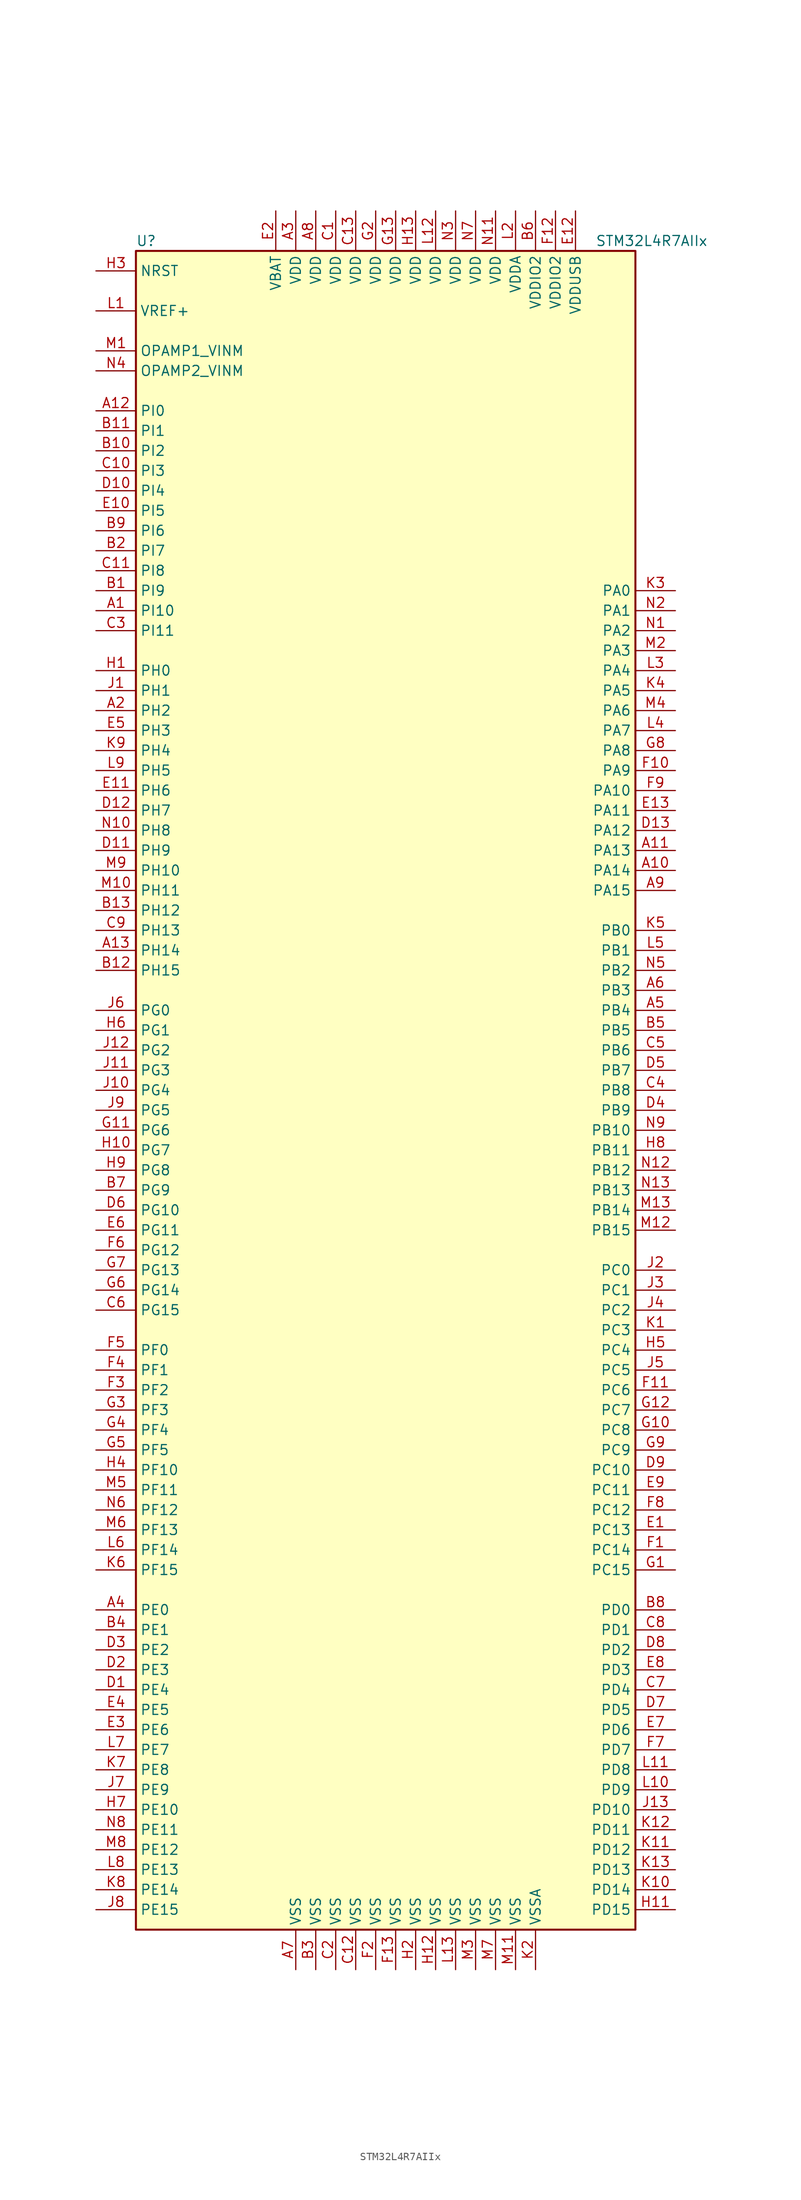
<source format=kicad_sym>
(kicad_symbol_lib
  (version 20220914)
  (generator kicad_symbol_editor)
  (symbol "STM32L4R7AIIx"
    (property "Reference" "U"
      (at -33.02 107.95 0)
      (effects (font (size 1.27 1.27)) (justify left)))
    (property "Value" "STM32L4R7AIIx"
      (at 25.4 107.95 0)
      (effects (font (size 1.27 1.27)) (justify left)))
    (symbol "STM32L4R7AIIx_0_1"
      (rectangle (start -33.02 -106.68) (end 30.48 106.68) (stroke (width 0.254) (type default)) (fill (type background))))
    (symbol "STM32L4R7AIIx_1_1"
      (pin bidirectional line (at -38.1 60.96 0) (length 5.08) (name "PI10" (effects (font (size 1.27 1.27)))) (number "A1" (effects (font (size 1.27 1.27)))))
      (pin bidirectional line (at 35.56 27.94 180) (length 5.08) (name "PA14" (effects (font (size 1.27 1.27)))) (number "A10" (effects (font (size 1.27 1.27)))))
      (pin bidirectional line (at 35.56 30.48 180) (length 5.08) (name "PA13" (effects (font (size 1.27 1.27)))) (number "A11" (effects (font (size 1.27 1.27)))))
      (pin bidirectional line (at -38.1 86.36 0) (length 5.08) (name "PI0" (effects (font (size 1.27 1.27)))) (number "A12" (effects (font (size 1.27 1.27)))))
      (pin bidirectional line (at -38.1 17.78 0) (length 5.08) (name "PH14" (effects (font (size 1.27 1.27)))) (number "A13" (effects (font (size 1.27 1.27)))))
      (pin bidirectional line (at -38.1 48.26 0) (length 5.08) (name "PH2" (effects (font (size 1.27 1.27)))) (number "A2" (effects (font (size 1.27 1.27)))))
      (pin power_in line (at -12.7 111.76 270) (length 5.08) (name "VDD" (effects (font (size 1.27 1.27)))) (number "A3" (effects (font (size 1.27 1.27)))))
      (pin bidirectional line (at -38.1 -66.04 0) (length 5.08) (name "PE0" (effects (font (size 1.27 1.27)))) (number "A4" (effects (font (size 1.27 1.27)))))
      (pin bidirectional line (at 35.56 10.16 180) (length 5.08) (name "PB4" (effects (font (size 1.27 1.27)))) (number "A5" (effects (font (size 1.27 1.27)))))
      (pin bidirectional line (at 35.56 12.7 180) (length 5.08) (name "PB3" (effects (font (size 1.27 1.27)))) (number "A6" (effects (font (size 1.27 1.27)))))
      (pin power_in line (at -12.7 -111.76 90) (length 5.08) (name "VSS" (effects (font (size 1.27 1.27)))) (number "A7" (effects (font (size 1.27 1.27)))))
      (pin power_in line (at -10.16 111.76 270) (length 5.08) (name "VDD" (effects (font (size 1.27 1.27)))) (number "A8" (effects (font (size 1.27 1.27)))))
      (pin bidirectional line (at 35.56 25.4 180) (length 5.08) (name "PA15" (effects (font (size 1.27 1.27)))) (number "A9" (effects (font (size 1.27 1.27)))))
      (pin bidirectional line (at -38.1 63.5 0) (length 5.08) (name "PI9" (effects (font (size 1.27 1.27)))) (number "B1" (effects (font (size 1.27 1.27)))))
      (pin bidirectional line (at -38.1 81.28 0) (length 5.08) (name "PI2" (effects (font (size 1.27 1.27)))) (number "B10" (effects (font (size 1.27 1.27)))))
      (pin bidirectional line (at -38.1 83.82 0) (length 5.08) (name "PI1" (effects (font (size 1.27 1.27)))) (number "B11" (effects (font (size 1.27 1.27)))))
      (pin bidirectional line (at -38.1 15.24 0) (length 5.08) (name "PH15" (effects (font (size 1.27 1.27)))) (number "B12" (effects (font (size 1.27 1.27)))))
      (pin bidirectional line (at -38.1 22.86 0) (length 5.08) (name "PH12" (effects (font (size 1.27 1.27)))) (number "B13" (effects (font (size 1.27 1.27)))))
      (pin bidirectional line (at -38.1 68.58 0) (length 5.08) (name "PI7" (effects (font (size 1.27 1.27)))) (number "B2" (effects (font (size 1.27 1.27)))))
      (pin power_in line (at -10.16 -111.76 90) (length 5.08) (name "VSS" (effects (font (size 1.27 1.27)))) (number "B3" (effects (font (size 1.27 1.27)))))
      (pin bidirectional line (at -38.1 -68.58 0) (length 5.08) (name "PE1" (effects (font (size 1.27 1.27)))) (number "B4" (effects (font (size 1.27 1.27)))))
      (pin bidirectional line (at 35.56 7.62 180) (length 5.08) (name "PB5" (effects (font (size 1.27 1.27)))) (number "B5" (effects (font (size 1.27 1.27)))))
      (pin power_in line (at 17.78 111.76 270) (length 5.08) (name "VDDIO2" (effects (font (size 1.27 1.27)))) (number "B6" (effects (font (size 1.27 1.27)))))
      (pin bidirectional line (at -38.1 -12.7 0) (length 5.08) (name "PG9" (effects (font (size 1.27 1.27)))) (number "B7" (effects (font (size 1.27 1.27)))))
      (pin bidirectional line (at 35.56 -66.04 180) (length 5.08) (name "PD0" (effects (font (size 1.27 1.27)))) (number "B8" (effects (font (size 1.27 1.27)))))
      (pin bidirectional line (at -38.1 71.12 0) (length 5.08) (name "PI6" (effects (font (size 1.27 1.27)))) (number "B9" (effects (font (size 1.27 1.27)))))
      (pin power_in line (at -7.62 111.76 270) (length 5.08) (name "VDD" (effects (font (size 1.27 1.27)))) (number "C1" (effects (font (size 1.27 1.27)))))
      (pin bidirectional line (at -38.1 78.74 0) (length 5.08) (name "PI3" (effects (font (size 1.27 1.27)))) (number "C10" (effects (font (size 1.27 1.27)))))
      (pin bidirectional line (at -38.1 66.04 0) (length 5.08) (name "PI8" (effects (font (size 1.27 1.27)))) (number "C11" (effects (font (size 1.27 1.27)))))
      (pin power_in line (at -5.08 -111.76 90) (length 5.08) (name "VSS" (effects (font (size 1.27 1.27)))) (number "C12" (effects (font (size 1.27 1.27)))))
      (pin power_in line (at -5.08 111.76 270) (length 5.08) (name "VDD" (effects (font (size 1.27 1.27)))) (number "C13" (effects (font (size 1.27 1.27)))))
      (pin power_in line (at -7.62 -111.76 90) (length 5.08) (name "VSS" (effects (font (size 1.27 1.27)))) (number "C2" (effects (font (size 1.27 1.27)))))
      (pin bidirectional line (at -38.1 58.42 0) (length 5.08) (name "PI11" (effects (font (size 1.27 1.27)))) (number "C3" (effects (font (size 1.27 1.27)))))
      (pin bidirectional line (at 35.56 0 180) (length 5.08) (name "PB8" (effects (font (size 1.27 1.27)))) (number "C4" (effects (font (size 1.27 1.27)))))
      (pin bidirectional line (at 35.56 5.08 180) (length 5.08) (name "PB6" (effects (font (size 1.27 1.27)))) (number "C5" (effects (font (size 1.27 1.27)))))
      (pin bidirectional line (at -38.1 -27.94 0) (length 5.08) (name "PG15" (effects (font (size 1.27 1.27)))) (number "C6" (effects (font (size 1.27 1.27)))))
      (pin bidirectional line (at 35.56 -76.2 180) (length 5.08) (name "PD4" (effects (font (size 1.27 1.27)))) (number "C7" (effects (font (size 1.27 1.27)))))
      (pin bidirectional line (at 35.56 -68.58 180) (length 5.08) (name "PD1" (effects (font (size 1.27 1.27)))) (number "C8" (effects (font (size 1.27 1.27)))))
      (pin bidirectional line (at -38.1 20.32 0) (length 5.08) (name "PH13" (effects (font (size 1.27 1.27)))) (number "C9" (effects (font (size 1.27 1.27)))))
      (pin bidirectional line (at -38.1 -76.2 0) (length 5.08) (name "PE4" (effects (font (size 1.27 1.27)))) (number "D1" (effects (font (size 1.27 1.27)))))
      (pin bidirectional line (at -38.1 76.2 0) (length 5.08) (name "PI4" (effects (font (size 1.27 1.27)))) (number "D10" (effects (font (size 1.27 1.27)))))
      (pin bidirectional line (at -38.1 30.48 0) (length 5.08) (name "PH9" (effects (font (size 1.27 1.27)))) (number "D11" (effects (font (size 1.27 1.27)))))
      (pin bidirectional line (at -38.1 35.56 0) (length 5.08) (name "PH7" (effects (font (size 1.27 1.27)))) (number "D12" (effects (font (size 1.27 1.27)))))
      (pin bidirectional line (at 35.56 33.02 180) (length 5.08) (name "PA12" (effects (font (size 1.27 1.27)))) (number "D13" (effects (font (size 1.27 1.27)))))
      (pin bidirectional line (at -38.1 -73.66 0) (length 5.08) (name "PE3" (effects (font (size 1.27 1.27)))) (number "D2" (effects (font (size 1.27 1.27)))))
      (pin bidirectional line (at -38.1 -71.12 0) (length 5.08) (name "PE2" (effects (font (size 1.27 1.27)))) (number "D3" (effects (font (size 1.27 1.27)))))
      (pin bidirectional line (at 35.56 -2.54 180) (length 5.08) (name "PB9" (effects (font (size 1.27 1.27)))) (number "D4" (effects (font (size 1.27 1.27)))))
      (pin bidirectional line (at 35.56 2.54 180) (length 5.08) (name "PB7" (effects (font (size 1.27 1.27)))) (number "D5" (effects (font (size 1.27 1.27)))))
      (pin bidirectional line (at -38.1 -15.24 0) (length 5.08) (name "PG10" (effects (font (size 1.27 1.27)))) (number "D6" (effects (font (size 1.27 1.27)))))
      (pin bidirectional line (at 35.56 -78.74 180) (length 5.08) (name "PD5" (effects (font (size 1.27 1.27)))) (number "D7" (effects (font (size 1.27 1.27)))))
      (pin bidirectional line (at 35.56 -71.12 180) (length 5.08) (name "PD2" (effects (font (size 1.27 1.27)))) (number "D8" (effects (font (size 1.27 1.27)))))
      (pin bidirectional line (at 35.56 -48.26 180) (length 5.08) (name "PC10" (effects (font (size 1.27 1.27)))) (number "D9" (effects (font (size 1.27 1.27)))))
      (pin bidirectional line (at 35.56 -55.88 180) (length 5.08) (name "PC13" (effects (font (size 1.27 1.27)))) (number "E1" (effects (font (size 1.27 1.27)))))
      (pin bidirectional line (at -38.1 73.66 0) (length 5.08) (name "PI5" (effects (font (size 1.27 1.27)))) (number "E10" (effects (font (size 1.27 1.27)))))
      (pin bidirectional line (at -38.1 38.1 0) (length 5.08) (name "PH6" (effects (font (size 1.27 1.27)))) (number "E11" (effects (font (size 1.27 1.27)))))
      (pin power_in line (at 22.86 111.76 270) (length 5.08) (name "VDDUSB" (effects (font (size 1.27 1.27)))) (number "E12" (effects (font (size 1.27 1.27)))))
      (pin bidirectional line (at 35.56 35.56 180) (length 5.08) (name "PA11" (effects (font (size 1.27 1.27)))) (number "E13" (effects (font (size 1.27 1.27)))))
      (pin power_in line (at -15.24 111.76 270) (length 5.08) (name "VBAT" (effects (font (size 1.27 1.27)))) (number "E2" (effects (font (size 1.27 1.27)))))
      (pin bidirectional line (at -38.1 -81.28 0) (length 5.08) (name "PE6" (effects (font (size 1.27 1.27)))) (number "E3" (effects (font (size 1.27 1.27)))))
      (pin bidirectional line (at -38.1 -78.74 0) (length 5.08) (name "PE5" (effects (font (size 1.27 1.27)))) (number "E4" (effects (font (size 1.27 1.27)))))
      (pin bidirectional line (at -38.1 45.72 0) (length 5.08) (name "PH3" (effects (font (size 1.27 1.27)))) (number "E5" (effects (font (size 1.27 1.27)))))
      (pin bidirectional line (at -38.1 -17.78 0) (length 5.08) (name "PG11" (effects (font (size 1.27 1.27)))) (number "E6" (effects (font (size 1.27 1.27)))))
      (pin bidirectional line (at 35.56 -81.28 180) (length 5.08) (name "PD6" (effects (font (size 1.27 1.27)))) (number "E7" (effects (font (size 1.27 1.27)))))
      (pin bidirectional line (at 35.56 -73.66 180) (length 5.08) (name "PD3" (effects (font (size 1.27 1.27)))) (number "E8" (effects (font (size 1.27 1.27)))))
      (pin bidirectional line (at 35.56 -50.8 180) (length 5.08) (name "PC11" (effects (font (size 1.27 1.27)))) (number "E9" (effects (font (size 1.27 1.27)))))
      (pin bidirectional line (at 35.56 -58.42 180) (length 5.08) (name "PC14" (effects (font (size 1.27 1.27)))) (number "F1" (effects (font (size 1.27 1.27)))))
      (pin bidirectional line (at 35.56 40.64 180) (length 5.08) (name "PA9" (effects (font (size 1.27 1.27)))) (number "F10" (effects (font (size 1.27 1.27)))))
      (pin bidirectional line (at 35.56 -38.1 180) (length 5.08) (name "PC6" (effects (font (size 1.27 1.27)))) (number "F11" (effects (font (size 1.27 1.27)))))
      (pin power_in line (at 20.32 111.76 270) (length 5.08) (name "VDDIO2" (effects (font (size 1.27 1.27)))) (number "F12" (effects (font (size 1.27 1.27)))))
      (pin power_in line (at 0 -111.76 90) (length 5.08) (name "VSS" (effects (font (size 1.27 1.27)))) (number "F13" (effects (font (size 1.27 1.27)))))
      (pin power_in line (at -2.54 -111.76 90) (length 5.08) (name "VSS" (effects (font (size 1.27 1.27)))) (number "F2" (effects (font (size 1.27 1.27)))))
      (pin bidirectional line (at -38.1 -38.1 0) (length 5.08) (name "PF2" (effects (font (size 1.27 1.27)))) (number "F3" (effects (font (size 1.27 1.27)))))
      (pin bidirectional line (at -38.1 -35.56 0) (length 5.08) (name "PF1" (effects (font (size 1.27 1.27)))) (number "F4" (effects (font (size 1.27 1.27)))))
      (pin bidirectional line (at -38.1 -33.02 0) (length 5.08) (name "PF0" (effects (font (size 1.27 1.27)))) (number "F5" (effects (font (size 1.27 1.27)))))
      (pin bidirectional line (at -38.1 -20.32 0) (length 5.08) (name "PG12" (effects (font (size 1.27 1.27)))) (number "F6" (effects (font (size 1.27 1.27)))))
      (pin bidirectional line (at 35.56 -83.82 180) (length 5.08) (name "PD7" (effects (font (size 1.27 1.27)))) (number "F7" (effects (font (size 1.27 1.27)))))
      (pin bidirectional line (at 35.56 -53.34 180) (length 5.08) (name "PC12" (effects (font (size 1.27 1.27)))) (number "F8" (effects (font (size 1.27 1.27)))))
      (pin bidirectional line (at 35.56 38.1 180) (length 5.08) (name "PA10" (effects (font (size 1.27 1.27)))) (number "F9" (effects (font (size 1.27 1.27)))))
      (pin bidirectional line (at 35.56 -60.96 180) (length 5.08) (name "PC15" (effects (font (size 1.27 1.27)))) (number "G1" (effects (font (size 1.27 1.27)))))
      (pin bidirectional line (at 35.56 -43.18 180) (length 5.08) (name "PC8" (effects (font (size 1.27 1.27)))) (number "G10" (effects (font (size 1.27 1.27)))))
      (pin bidirectional line (at -38.1 -5.08 0) (length 5.08) (name "PG6" (effects (font (size 1.27 1.27)))) (number "G11" (effects (font (size 1.27 1.27)))))
      (pin bidirectional line (at 35.56 -40.64 180) (length 5.08) (name "PC7" (effects (font (size 1.27 1.27)))) (number "G12" (effects (font (size 1.27 1.27)))))
      (pin power_in line (at 0 111.76 270) (length 5.08) (name "VDD" (effects (font (size 1.27 1.27)))) (number "G13" (effects (font (size 1.27 1.27)))))
      (pin power_in line (at -2.54 111.76 270) (length 5.08) (name "VDD" (effects (font (size 1.27 1.27)))) (number "G2" (effects (font (size 1.27 1.27)))))
      (pin bidirectional line (at -38.1 -40.64 0) (length 5.08) (name "PF3" (effects (font (size 1.27 1.27)))) (number "G3" (effects (font (size 1.27 1.27)))))
      (pin bidirectional line (at -38.1 -43.18 0) (length 5.08) (name "PF4" (effects (font (size 1.27 1.27)))) (number "G4" (effects (font (size 1.27 1.27)))))
      (pin bidirectional line (at -38.1 -45.72 0) (length 5.08) (name "PF5" (effects (font (size 1.27 1.27)))) (number "G5" (effects (font (size 1.27 1.27)))))
      (pin bidirectional line (at -38.1 -25.4 0) (length 5.08) (name "PG14" (effects (font (size 1.27 1.27)))) (number "G6" (effects (font (size 1.27 1.27)))))
      (pin bidirectional line (at -38.1 -22.86 0) (length 5.08) (name "PG13" (effects (font (size 1.27 1.27)))) (number "G7" (effects (font (size 1.27 1.27)))))
      (pin bidirectional line (at 35.56 43.18 180) (length 5.08) (name "PA8" (effects (font (size 1.27 1.27)))) (number "G8" (effects (font (size 1.27 1.27)))))
      (pin bidirectional line (at 35.56 -45.72 180) (length 5.08) (name "PC9" (effects (font (size 1.27 1.27)))) (number "G9" (effects (font (size 1.27 1.27)))))
      (pin input line (at -38.1 53.34 0) (length 5.08) (name "PH0" (effects (font (size 1.27 1.27)))) (number "H1" (effects (font (size 1.27 1.27)))))
      (pin bidirectional line (at -38.1 -7.62 0) (length 5.08) (name "PG7" (effects (font (size 1.27 1.27)))) (number "H10" (effects (font (size 1.27 1.27)))))
      (pin bidirectional line (at 35.56 -104.14 180) (length 5.08) (name "PD15" (effects (font (size 1.27 1.27)))) (number "H11" (effects (font (size 1.27 1.27)))))
      (pin power_in line (at 5.08 -111.76 90) (length 5.08) (name "VSS" (effects (font (size 1.27 1.27)))) (number "H12" (effects (font (size 1.27 1.27)))))
      (pin power_in line (at 2.54 111.76 270) (length 5.08) (name "VDD" (effects (font (size 1.27 1.27)))) (number "H13" (effects (font (size 1.27 1.27)))))
      (pin power_in line (at 2.54 -111.76 90) (length 5.08) (name "VSS" (effects (font (size 1.27 1.27)))) (number "H2" (effects (font (size 1.27 1.27)))))
      (pin input line (at -38.1 104.14 0) (length 5.08) (name "NRST" (effects (font (size 1.27 1.27)))) (number "H3" (effects (font (size 1.27 1.27)))))
      (pin bidirectional line (at -38.1 -48.26 0) (length 5.08) (name "PF10" (effects (font (size 1.27 1.27)))) (number "H4" (effects (font (size 1.27 1.27)))))
      (pin bidirectional line (at 35.56 -33.02 180) (length 5.08) (name "PC4" (effects (font (size 1.27 1.27)))) (number "H5" (effects (font (size 1.27 1.27)))))
      (pin bidirectional line (at -38.1 7.62 0) (length 5.08) (name "PG1" (effects (font (size 1.27 1.27)))) (number "H6" (effects (font (size 1.27 1.27)))))
      (pin bidirectional line (at -38.1 -91.44 0) (length 5.08) (name "PE10" (effects (font (size 1.27 1.27)))) (number "H7" (effects (font (size 1.27 1.27)))))
      (pin bidirectional line (at 35.56 -7.62 180) (length 5.08) (name "PB11" (effects (font (size 1.27 1.27)))) (number "H8" (effects (font (size 1.27 1.27)))))
      (pin bidirectional line (at -38.1 -10.16 0) (length 5.08) (name "PG8" (effects (font (size 1.27 1.27)))) (number "H9" (effects (font (size 1.27 1.27)))))
      (pin input line (at -38.1 50.8 0) (length 5.08) (name "PH1" (effects (font (size 1.27 1.27)))) (number "J1" (effects (font (size 1.27 1.27)))))
      (pin bidirectional line (at -38.1 0 0) (length 5.08) (name "PG4" (effects (font (size 1.27 1.27)))) (number "J10" (effects (font (size 1.27 1.27)))))
      (pin bidirectional line (at -38.1 2.54 0) (length 5.08) (name "PG3" (effects (font (size 1.27 1.27)))) (number "J11" (effects (font (size 1.27 1.27)))))
      (pin bidirectional line (at -38.1 5.08 0) (length 5.08) (name "PG2" (effects (font (size 1.27 1.27)))) (number "J12" (effects (font (size 1.27 1.27)))))
      (pin bidirectional line (at 35.56 -91.44 180) (length 5.08) (name "PD10" (effects (font (size 1.27 1.27)))) (number "J13" (effects (font (size 1.27 1.27)))))
      (pin bidirectional line (at 35.56 -22.86 180) (length 5.08) (name "PC0" (effects (font (size 1.27 1.27)))) (number "J2" (effects (font (size 1.27 1.27)))))
      (pin bidirectional line (at 35.56 -25.4 180) (length 5.08) (name "PC1" (effects (font (size 1.27 1.27)))) (number "J3" (effects (font (size 1.27 1.27)))))
      (pin bidirectional line (at 35.56 -27.94 180) (length 5.08) (name "PC2" (effects (font (size 1.27 1.27)))) (number "J4" (effects (font (size 1.27 1.27)))))
      (pin bidirectional line (at 35.56 -35.56 180) (length 5.08) (name "PC5" (effects (font (size 1.27 1.27)))) (number "J5" (effects (font (size 1.27 1.27)))))
      (pin bidirectional line (at -38.1 10.16 0) (length 5.08) (name "PG0" (effects (font (size 1.27 1.27)))) (number "J6" (effects (font (size 1.27 1.27)))))
      (pin bidirectional line (at -38.1 -88.9 0) (length 5.08) (name "PE9" (effects (font (size 1.27 1.27)))) (number "J7" (effects (font (size 1.27 1.27)))))
      (pin bidirectional line (at -38.1 -104.14 0) (length 5.08) (name "PE15" (effects (font (size 1.27 1.27)))) (number "J8" (effects (font (size 1.27 1.27)))))
      (pin bidirectional line (at -38.1 -2.54 0) (length 5.08) (name "PG5" (effects (font (size 1.27 1.27)))) (number "J9" (effects (font (size 1.27 1.27)))))
      (pin bidirectional line (at 35.56 -30.48 180) (length 5.08) (name "PC3" (effects (font (size 1.27 1.27)))) (number "K1" (effects (font (size 1.27 1.27)))))
      (pin bidirectional line (at 35.56 -101.6 180) (length 5.08) (name "PD14" (effects (font (size 1.27 1.27)))) (number "K10" (effects (font (size 1.27 1.27)))))
      (pin bidirectional line (at 35.56 -96.52 180) (length 5.08) (name "PD12" (effects (font (size 1.27 1.27)))) (number "K11" (effects (font (size 1.27 1.27)))))
      (pin bidirectional line (at 35.56 -93.98 180) (length 5.08) (name "PD11" (effects (font (size 1.27 1.27)))) (number "K12" (effects (font (size 1.27 1.27)))))
      (pin bidirectional line (at 35.56 -99.06 180) (length 5.08) (name "PD13" (effects (font (size 1.27 1.27)))) (number "K13" (effects (font (size 1.27 1.27)))))
      (pin power_in line (at 17.78 -111.76 90) (length 5.08) (name "VSSA" (effects (font (size 1.27 1.27)))) (number "K2" (effects (font (size 1.27 1.27)))))
      (pin bidirectional line (at 35.56 63.5 180) (length 5.08) (name "PA0" (effects (font (size 1.27 1.27)))) (number "K3" (effects (font (size 1.27 1.27)))))
      (pin bidirectional line (at 35.56 50.8 180) (length 5.08) (name "PA5" (effects (font (size 1.27 1.27)))) (number "K4" (effects (font (size 1.27 1.27)))))
      (pin bidirectional line (at 35.56 20.32 180) (length 5.08) (name "PB0" (effects (font (size 1.27 1.27)))) (number "K5" (effects (font (size 1.27 1.27)))))
      (pin bidirectional line (at -38.1 -60.96 0) (length 5.08) (name "PF15" (effects (font (size 1.27 1.27)))) (number "K6" (effects (font (size 1.27 1.27)))))
      (pin bidirectional line (at -38.1 -86.36 0) (length 5.08) (name "PE8" (effects (font (size 1.27 1.27)))) (number "K7" (effects (font (size 1.27 1.27)))))
      (pin bidirectional line (at -38.1 -101.6 0) (length 5.08) (name "PE14" (effects (font (size 1.27 1.27)))) (number "K8" (effects (font (size 1.27 1.27)))))
      (pin bidirectional line (at -38.1 43.18 0) (length 5.08) (name "PH4" (effects (font (size 1.27 1.27)))) (number "K9" (effects (font (size 1.27 1.27)))))
      (pin bidirectional line (at -38.1 99.06 0) (length 5.08) (name "VREF+" (effects (font (size 1.27 1.27)))) (number "L1" (effects (font (size 1.27 1.27)))))
      (pin bidirectional line (at 35.56 -88.9 180) (length 5.08) (name "PD9" (effects (font (size 1.27 1.27)))) (number "L10" (effects (font (size 1.27 1.27)))))
      (pin bidirectional line (at 35.56 -86.36 180) (length 5.08) (name "PD8" (effects (font (size 1.27 1.27)))) (number "L11" (effects (font (size 1.27 1.27)))))
      (pin power_in line (at 5.08 111.76 270) (length 5.08) (name "VDD" (effects (font (size 1.27 1.27)))) (number "L12" (effects (font (size 1.27 1.27)))))
      (pin power_in line (at 7.62 -111.76 90) (length 5.08) (name "VSS" (effects (font (size 1.27 1.27)))) (number "L13" (effects (font (size 1.27 1.27)))))
      (pin power_in line (at 15.24 111.76 270) (length 5.08) (name "VDDA" (effects (font (size 1.27 1.27)))) (number "L2" (effects (font (size 1.27 1.27)))))
      (pin bidirectional line (at 35.56 53.34 180) (length 5.08) (name "PA4" (effects (font (size 1.27 1.27)))) (number "L3" (effects (font (size 1.27 1.27)))))
      (pin bidirectional line (at 35.56 45.72 180) (length 5.08) (name "PA7" (effects (font (size 1.27 1.27)))) (number "L4" (effects (font (size 1.27 1.27)))))
      (pin bidirectional line (at 35.56 17.78 180) (length 5.08) (name "PB1" (effects (font (size 1.27 1.27)))) (number "L5" (effects (font (size 1.27 1.27)))))
      (pin bidirectional line (at -38.1 -58.42 0) (length 5.08) (name "PF14" (effects (font (size 1.27 1.27)))) (number "L6" (effects (font (size 1.27 1.27)))))
      (pin bidirectional line (at -38.1 -83.82 0) (length 5.08) (name "PE7" (effects (font (size 1.27 1.27)))) (number "L7" (effects (font (size 1.27 1.27)))))
      (pin bidirectional line (at -38.1 -99.06 0) (length 5.08) (name "PE13" (effects (font (size 1.27 1.27)))) (number "L8" (effects (font (size 1.27 1.27)))))
      (pin bidirectional line (at -38.1 40.64 0) (length 5.08) (name "PH5" (effects (font (size 1.27 1.27)))) (number "L9" (effects (font (size 1.27 1.27)))))
      (pin bidirectional line (at -38.1 93.98 0) (length 5.08) (name "OPAMP1_VINM" (effects (font (size 1.27 1.27)))) (number "M1" (effects (font (size 1.27 1.27)))))
      (pin bidirectional line (at -38.1 25.4 0) (length 5.08) (name "PH11" (effects (font (size 1.27 1.27)))) (number "M10" (effects (font (size 1.27 1.27)))))
      (pin power_in line (at 15.24 -111.76 90) (length 5.08) (name "VSS" (effects (font (size 1.27 1.27)))) (number "M11" (effects (font (size 1.27 1.27)))))
      (pin bidirectional line (at 35.56 -17.78 180) (length 5.08) (name "PB15" (effects (font (size 1.27 1.27)))) (number "M12" (effects (font (size 1.27 1.27)))))
      (pin bidirectional line (at 35.56 -15.24 180) (length 5.08) (name "PB14" (effects (font (size 1.27 1.27)))) (number "M13" (effects (font (size 1.27 1.27)))))
      (pin bidirectional line (at 35.56 55.88 180) (length 5.08) (name "PA3" (effects (font (size 1.27 1.27)))) (number "M2" (effects (font (size 1.27 1.27)))))
      (pin power_in line (at 10.16 -111.76 90) (length 5.08) (name "VSS" (effects (font (size 1.27 1.27)))) (number "M3" (effects (font (size 1.27 1.27)))))
      (pin bidirectional line (at 35.56 48.26 180) (length 5.08) (name "PA6" (effects (font (size 1.27 1.27)))) (number "M4" (effects (font (size 1.27 1.27)))))
      (pin bidirectional line (at -38.1 -50.8 0) (length 5.08) (name "PF11" (effects (font (size 1.27 1.27)))) (number "M5" (effects (font (size 1.27 1.27)))))
      (pin bidirectional line (at -38.1 -55.88 0) (length 5.08) (name "PF13" (effects (font (size 1.27 1.27)))) (number "M6" (effects (font (size 1.27 1.27)))))
      (pin power_in line (at 12.7 -111.76 90) (length 5.08) (name "VSS" (effects (font (size 1.27 1.27)))) (number "M7" (effects (font (size 1.27 1.27)))))
      (pin bidirectional line (at -38.1 -96.52 0) (length 5.08) (name "PE12" (effects (font (size 1.27 1.27)))) (number "M8" (effects (font (size 1.27 1.27)))))
      (pin bidirectional line (at -38.1 27.94 0) (length 5.08) (name "PH10" (effects (font (size 1.27 1.27)))) (number "M9" (effects (font (size 1.27 1.27)))))
      (pin bidirectional line (at 35.56 58.42 180) (length 5.08) (name "PA2" (effects (font (size 1.27 1.27)))) (number "N1" (effects (font (size 1.27 1.27)))))
      (pin bidirectional line (at -38.1 33.02 0) (length 5.08) (name "PH8" (effects (font (size 1.27 1.27)))) (number "N10" (effects (font (size 1.27 1.27)))))
      (pin power_in line (at 12.7 111.76 270) (length 5.08) (name "VDD" (effects (font (size 1.27 1.27)))) (number "N11" (effects (font (size 1.27 1.27)))))
      (pin bidirectional line (at 35.56 -10.16 180) (length 5.08) (name "PB12" (effects (font (size 1.27 1.27)))) (number "N12" (effects (font (size 1.27 1.27)))))
      (pin bidirectional line (at 35.56 -12.7 180) (length 5.08) (name "PB13" (effects (font (size 1.27 1.27)))) (number "N13" (effects (font (size 1.27 1.27)))))
      (pin bidirectional line (at 35.56 60.96 180) (length 5.08) (name "PA1" (effects (font (size 1.27 1.27)))) (number "N2" (effects (font (size 1.27 1.27)))))
      (pin power_in line (at 7.62 111.76 270) (length 5.08) (name "VDD" (effects (font (size 1.27 1.27)))) (number "N3" (effects (font (size 1.27 1.27)))))
      (pin bidirectional line (at -38.1 91.44 0) (length 5.08) (name "OPAMP2_VINM" (effects (font (size 1.27 1.27)))) (number "N4" (effects (font (size 1.27 1.27)))))
      (pin bidirectional line (at 35.56 15.24 180) (length 5.08) (name "PB2" (effects (font (size 1.27 1.27)))) (number "N5" (effects (font (size 1.27 1.27)))))
      (pin bidirectional line (at -38.1 -53.34 0) (length 5.08) (name "PF12" (effects (font (size 1.27 1.27)))) (number "N6" (effects (font (size 1.27 1.27)))))
      (pin power_in line (at 10.16 111.76 270) (length 5.08) (name "VDD" (effects (font (size 1.27 1.27)))) (number "N7" (effects (font (size 1.27 1.27)))))
      (pin bidirectional line (at -38.1 -93.98 0) (length 5.08) (name "PE11" (effects (font (size 1.27 1.27)))) (number "N8" (effects (font (size 1.27 1.27)))))
      (pin bidirectional line (at 35.56 -5.08 180) (length 5.08) (name "PB10" (effects (font (size 1.27 1.27)))) (number "N9" (effects (font (size 1.27 1.27))))))))
</source>
